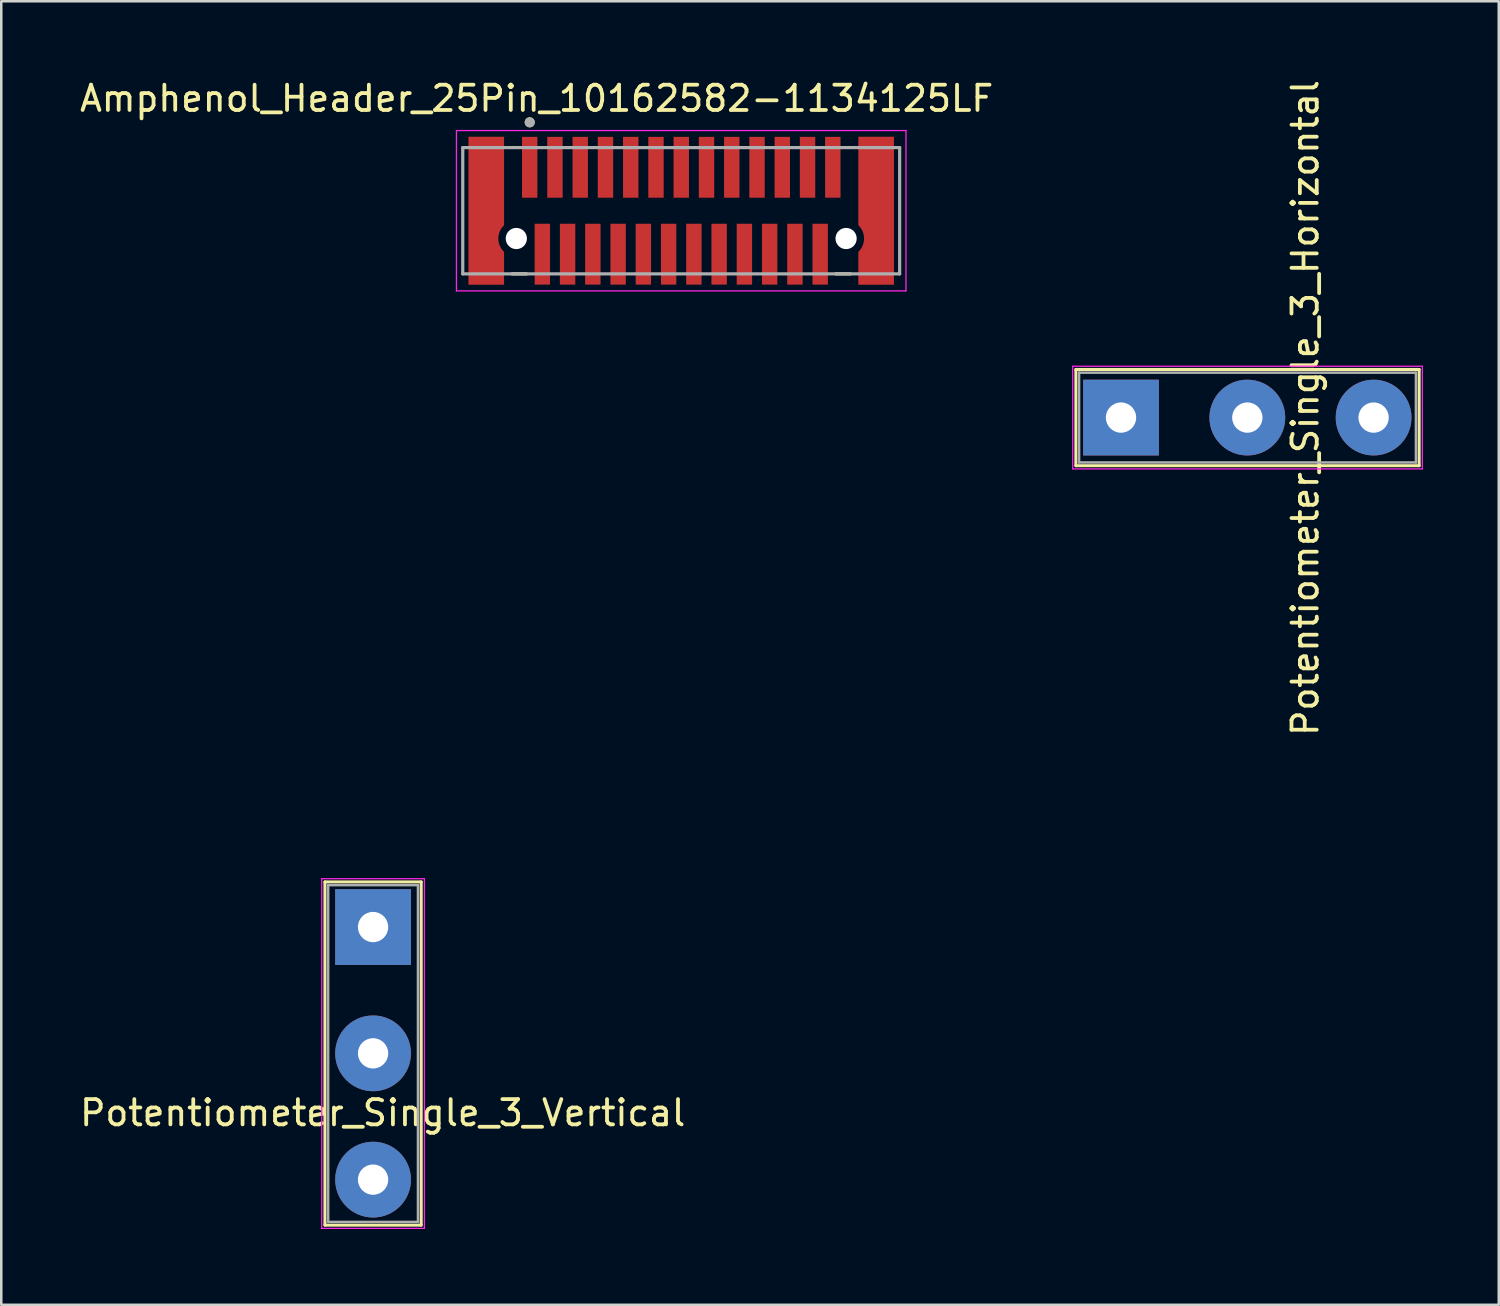
<source format=kicad_pcb>
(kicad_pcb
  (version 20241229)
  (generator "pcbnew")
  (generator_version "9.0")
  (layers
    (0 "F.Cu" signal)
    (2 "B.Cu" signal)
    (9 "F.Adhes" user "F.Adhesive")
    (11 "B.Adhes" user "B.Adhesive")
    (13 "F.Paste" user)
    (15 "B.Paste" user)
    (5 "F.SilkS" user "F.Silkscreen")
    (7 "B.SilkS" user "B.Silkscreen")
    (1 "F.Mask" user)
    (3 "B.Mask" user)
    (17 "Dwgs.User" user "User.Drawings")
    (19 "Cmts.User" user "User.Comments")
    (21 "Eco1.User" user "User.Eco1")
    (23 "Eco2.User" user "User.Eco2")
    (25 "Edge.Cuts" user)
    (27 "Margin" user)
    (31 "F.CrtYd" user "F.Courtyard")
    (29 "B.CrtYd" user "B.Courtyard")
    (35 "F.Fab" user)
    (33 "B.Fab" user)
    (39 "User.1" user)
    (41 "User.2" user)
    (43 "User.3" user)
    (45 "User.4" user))
  (footprint "Amphenol_Header_25Pin_10162582-1134125LF"
    (layer "F.Cu")
    (at 23.921 5.293)
    (property "Reference" "Amphenol_Header_25Pin_10162582-1134125LF" (at -5.725 -4.445 0) (layer "F.SilkS") (effects (font (size 1 1) (thickness 0.15))))
    (attr smd)
    (fp_poly (pts (xy -8.52 -3.025) (xy -8.52 3.025) (xy -6.92 3.025) (xy -6.92 1.529) (xy -6.94 1.508) (xy -6.96 1.483) (xy -6.979 1.458) (xy -6.996 1.431) (xy -7.013 1.404) (xy -7.027 1.376) (xy -7.041 1.347) (xy -7.053 1.318) (xy -7.063 1.288) (xy -7.072 1.257) (xy -7.079 1.227) (xy -7.085 1.195) (xy -7.089 1.164) (xy -7.091 1.132) (xy -7.092 1.101) (xy -7.091 1.069) (xy -7.089 1.037) (xy -7.085 1.006) (xy -7.079 0.974) (xy -7.072 0.944) (xy -7.063 0.913) (xy -7.053 0.883) (xy -7.041 0.854) (xy -7.027 0.825) (xy -7.013 0.797) (xy -6.996 0.77) (xy -6.979 0.743) (xy -6.96 0.718) (xy -6.94 0.693) (xy -6.92 0.672) (xy -6.92 -3.025) (xy -8.52 -3.025)) (stroke (width 0.01) (type solid)) (fill yes) (layer "F.Mask"))
    (fp_poly (pts (xy 6.916 1.529) (xy 6.916 3.025) (xy 8.516 3.025) (xy 8.516 -3.025) (xy 6.916 -3.025) (xy 6.916 0.672) (xy 6.936 0.693) (xy 6.956 0.718) (xy 6.975 0.743) (xy 6.992 0.77) (xy 7.009 0.797) (xy 7.023 0.825) (xy 7.037 0.854) (xy 7.049 0.883) (xy 7.059 0.913) (xy 7.068 0.944) (xy 7.075 0.974) (xy 7.081 1.006) (xy 7.085 1.037) (xy 7.087 1.069) (xy 7.088 1.101) (xy 7.087 1.132) (xy 7.085 1.164) (xy 7.081 1.195) (xy 7.075 1.227) (xy 7.068 1.257) (xy 7.059 1.288) (xy 7.049 1.318) (xy 7.037 1.347) (xy 7.023 1.376) (xy 7.009 1.404) (xy 6.992 1.431) (xy 6.975 1.458) (xy 6.956 1.483) (xy 6.936 1.508) (xy 6.916 1.529)) (stroke (width 0.01) (type solid)) (fill yes) (layer "F.Mask"))
    (fp_line (start -6.7 2.5) (end -6.125 2.5) (stroke (width 0.127) (type solid)) (layer "F.SilkS"))
    (fp_line (start 6.121 2.5) (end 6.696 2.5) (stroke (width 0.127) (type solid)) (layer "F.SilkS"))
    (fp_circle (center -6 -3.5) (end -5.9 -3.5) (stroke (width 0.2) (type solid)) (fill no) (layer "F.SilkS"))
    (fp_poly (pts (xy -8.42 -2.925) (xy -7.53 -2.925) (xy -7.53 2.925) (xy -8.42 2.925)) (stroke (width 0.01) (type solid)) (fill yes) (layer "F.Paste"))
    (fp_poly (pts (xy -6.255 -2.925) (xy -5.745 -2.925) (xy -5.745 -0.615) (xy -6.255 -0.615)) (stroke (width 0.01) (type solid)) (fill yes) (layer "F.Paste"))
    (fp_poly (pts (xy -5.755 0.615) (xy -5.245 0.615) (xy -5.245 2.925) (xy -5.755 2.925)) (stroke (width 0.01) (type solid)) (fill yes) (layer "F.Paste"))
    (fp_poly (pts (xy -5.255 -2.925) (xy -4.745 -2.925) (xy -4.745 -0.615) (xy -5.255 -0.615)) (stroke (width 0.01) (type solid)) (fill yes) (layer "F.Paste"))
    (fp_poly (pts (xy -4.755 0.615) (xy -4.245 0.615) (xy -4.245 2.925) (xy -4.755 2.925)) (stroke (width 0.01) (type solid)) (fill yes) (layer "F.Paste"))
    (fp_poly (pts (xy -4.255 -2.925) (xy -3.745 -2.925) (xy -3.745 -0.615) (xy -4.255 -0.615)) (stroke (width 0.01) (type solid)) (fill yes) (layer "F.Paste"))
    (fp_poly (pts (xy -3.755 0.615) (xy -3.245 0.615) (xy -3.245 2.925) (xy -3.755 2.925)) (stroke (width 0.01) (type solid)) (fill yes) (layer "F.Paste"))
    (fp_poly (pts (xy -3.255 -2.925) (xy -2.745 -2.925) (xy -2.745 -0.615) (xy -3.255 -0.615)) (stroke (width 0.01) (type solid)) (fill yes) (layer "F.Paste"))
    (fp_poly (pts (xy -2.755 0.615) (xy -2.245 0.615) (xy -2.245 2.925) (xy -2.755 2.925)) (stroke (width 0.01) (type solid)) (fill yes) (layer "F.Paste"))
    (fp_poly (pts (xy -2.255 -2.925) (xy -1.745 -2.925) (xy -1.745 -0.615) (xy -2.255 -0.615)) (stroke (width 0.01) (type solid)) (fill yes) (layer "F.Paste"))
    (fp_poly (pts (xy -1.755 0.615) (xy -1.245 0.615) (xy -1.245 2.925) (xy -1.755 2.925)) (stroke (width 0.01) (type solid)) (fill yes) (layer "F.Paste"))
    (fp_poly (pts (xy -1.255 -2.925) (xy -0.745 -2.925) (xy -0.745 -0.615) (xy -1.255 -0.615)) (stroke (width 0.01) (type solid)) (fill yes) (layer "F.Paste"))
    (fp_poly (pts (xy -0.755 0.615) (xy -0.245 0.615) (xy -0.245 2.925) (xy -0.755 2.925)) (stroke (width 0.01) (type solid)) (fill yes) (layer "F.Paste"))
    (fp_poly (pts (xy -0.255 -2.925) (xy 0.255 -2.925) (xy 0.255 -0.615) (xy -0.255 -0.615)) (stroke (width 0.01) (type solid)) (fill yes) (layer "F.Paste"))
    (fp_poly (pts (xy 0.245 0.615) (xy 0.755 0.615) (xy 0.755 2.925) (xy 0.245 2.925)) (stroke (width 0.01) (type solid)) (fill yes) (layer "F.Paste"))
    (fp_poly (pts (xy 0.745 -2.925) (xy 1.255 -2.925) (xy 1.255 -0.615) (xy 0.745 -0.615)) (stroke (width 0.01) (type solid)) (fill yes) (layer "F.Paste"))
    (fp_poly (pts (xy 1.245 0.615) (xy 1.755 0.615) (xy 1.755 2.925) (xy 1.245 2.925)) (stroke (width 0.01) (type solid)) (fill yes) (layer "F.Paste"))
    (fp_poly (pts (xy 1.745 -2.925) (xy 2.255 -2.925) (xy 2.255 -0.615) (xy 1.745 -0.615)) (stroke (width 0.01) (type solid)) (fill yes) (layer "F.Paste"))
    (fp_poly (pts (xy 2.245 0.615) (xy 2.755 0.615) (xy 2.755 2.925) (xy 2.245 2.925)) (stroke (width 0.01) (type solid)) (fill yes) (layer "F.Paste"))
    (fp_poly (pts (xy 2.745 -2.925) (xy 3.255 -2.925) (xy 3.255 -0.615) (xy 2.745 -0.615)) (stroke (width 0.01) (type solid)) (fill yes) (layer "F.Paste"))
    (fp_poly (pts (xy 3.245 0.615) (xy 3.755 0.615) (xy 3.755 2.925) (xy 3.245 2.925)) (stroke (width 0.01) (type solid)) (fill yes) (layer "F.Paste"))
    (fp_poly (pts (xy 3.745 -2.925) (xy 4.255 -2.925) (xy 4.255 -0.615) (xy 3.745 -0.615)) (stroke (width 0.01) (type solid)) (fill yes) (layer "F.Paste"))
    (fp_poly (pts (xy 4.245 0.615) (xy 4.755 0.615) (xy 4.755 2.925) (xy 4.245 2.925)) (stroke (width 0.01) (type solid)) (fill yes) (layer "F.Paste"))
    (fp_poly (pts (xy 4.745 -2.925) (xy 5.255 -2.925) (xy 5.255 -0.615) (xy 4.745 -0.615)) (stroke (width 0.01) (type solid)) (fill yes) (layer "F.Paste"))
    (fp_poly (pts (xy 5.245 0.615) (xy 5.755 0.615) (xy 5.755 2.925) (xy 5.245 2.925)) (stroke (width 0.01) (type solid)) (fill yes) (layer "F.Paste"))
    (fp_poly (pts (xy 5.745 -2.925) (xy 6.255 -2.925) (xy 6.255 -0.615) (xy 5.745 -0.615)) (stroke (width 0.01) (type solid)) (fill yes) (layer "F.Paste"))
    (fp_poly (pts (xy 7.526 -2.925) (xy 8.416 -2.925) (xy 8.416 2.925) (xy 7.526 2.925)) (stroke (width 0.01) (type solid)) (fill yes) (layer "F.Paste"))
    (fp_line (start -8.9 -3.175) (end -8.9 3.175) (stroke (width 0.05) (type solid)) (layer "F.CrtYd"))
    (fp_line (start -8.9 3.175) (end 8.896 3.175) (stroke (width 0.05) (type solid)) (layer "F.CrtYd"))
    (fp_line (start 8.896 -3.175) (end -8.9 -3.175) (stroke (width 0.05) (type solid)) (layer "F.CrtYd"))
    (fp_line (start 8.896 3.175) (end 8.896 -3.175) (stroke (width 0.05) (type solid)) (layer "F.CrtYd"))
    (fp_line (start -8.65 -2.5) (end 8.646 -2.5) (stroke (width 0.127) (type solid)) (layer "F.Fab"))
    (fp_line (start -8.65 2.5) (end -8.65 -2.5) (stroke (width 0.127) (type solid)) (layer "F.Fab"))
    (fp_line (start 8.646 -2.5) (end 8.646 2.5) (stroke (width 0.127) (type solid)) (layer "F.Fab"))
    (fp_line (start 8.646 2.5) (end -8.65 2.5) (stroke (width 0.127) (type solid)) (layer "F.Fab"))
    (fp_circle (center -6 -3.5) (end -5.9 -3.5) (stroke (width 0.2) (type solid)) (fill no) (layer "F.Fab"))
    (pad "" np_thru_hole circle (at -6.53 1.1) (size 0.84 0.84) (drill 0.84) (layers "*.Cu" "*.Mask"))
    (pad "" np_thru_hole circle (at 6.526 1.1) (size 0.84 0.84) (drill 0.84) (layers "*.Cu" "*.Mask"))
    (pad "1" smd rect (at -6 -1.72) (size 0.61 2.41) (layers "F.Cu" "F.Mask"))
    (pad "2" smd rect (at -5 -1.72) (size 0.61 2.41) (layers "F.Cu" "F.Mask"))
    (pad "3" smd rect (at -4 -1.72) (size 0.61 2.41) (layers "F.Cu" "F.Mask"))
    (pad "4" smd rect (at -3 -1.72) (size 0.61 2.41) (layers "F.Cu" "F.Mask"))
    (pad "5" smd rect (at -2 -1.72) (size 0.61 2.41) (layers "F.Cu" "F.Mask"))
    (pad "6" smd rect (at -1 -1.72) (size 0.61 2.41) (layers "F.Cu" "F.Mask"))
    (pad "7" smd rect (at 0 -1.72) (size 0.61 2.41) (layers "F.Cu" "F.Mask"))
    (pad "8" smd rect (at 1 -1.72) (size 0.61 2.41) (layers "F.Cu" "F.Mask"))
    (pad "9" smd rect (at 2 -1.72) (size 0.61 2.41) (layers "F.Cu" "F.Mask"))
    (pad "10" smd rect (at 3 -1.72) (size 0.61 2.41) (layers "F.Cu" "F.Mask"))
    (pad "11" smd rect (at 4 -1.72) (size 0.61 2.41) (layers "F.Cu" "F.Mask"))
    (pad "12" smd rect (at 5 -1.72) (size 0.61 2.41) (layers "F.Cu" "F.Mask"))
    (pad "13" smd rect (at 6 -1.72) (size 0.61 2.41) (layers "F.Cu" "F.Mask"))
    (pad "14" smd rect (at -5.5 1.72) (size 0.61 2.41) (layers "F.Cu" "F.Mask"))
    (pad "15" smd rect (at -4.5 1.72) (size 0.61 2.41) (layers "F.Cu" "F.Mask"))
    (pad "16" smd rect (at -3.5 1.72) (size 0.61 2.41) (layers "F.Cu" "F.Mask"))
    (pad "17" smd rect (at -2.5 1.72) (size 0.61 2.41) (layers "F.Cu" "F.Mask"))
    (pad "18" smd rect (at -1.5 1.72) (size 0.61 2.41) (layers "F.Cu" "F.Mask"))
    (pad "19" smd rect (at -0.5 1.72) (size 0.61 2.41) (layers "F.Cu" "F.Mask"))
    (pad "20" smd rect (at 0.5 1.72) (size 0.61 2.41) (layers "F.Cu" "F.Mask"))
    (pad "21" smd rect (at 1.5 1.72) (size 0.61 2.41) (layers "F.Cu" "F.Mask"))
    (pad "22" smd rect (at 2.5 1.72) (size 0.61 2.41) (layers "F.Cu" "F.Mask"))
    (pad "23" smd rect (at 3.5 1.72) (size 0.61 2.41) (layers "F.Cu" "F.Mask"))
    (pad "24" smd rect (at 4.5 1.72) (size 0.61 2.41) (layers "F.Cu" "F.Mask"))
    (pad "25" smd rect (at 5.5 1.72) (size 0.61 2.41) (layers "F.Cu" "F.Mask"))
    (pad "S1" smd custom (at -7.72 0) (size 0.8 0.8) (layers "F.Cu") (options (anchor rect)) (primitives (gr_poly (pts (xy 0.7 2.925) (xy -0.7 2.925) (xy -0.7 -2.925) (xy 0.7 -2.925) (xy 0.7 0.572) (xy 0.67 0.602) (xy 0.644 0.632) (xy 0.62 0.662) (xy 0.597 0.694) (xy 0.577 0.727) (xy 0.558 0.762) (xy 0.54 0.797) (xy 0.525 0.833) (xy 0.512 0.87) (xy 0.5 0.907) (xy 0.491 0.945) (xy 0.484 0.984) (xy 0.478 1.022) (xy 0.475 1.061) (xy 0.474 1.101) (xy 0.475 1.14) (xy 0.478 1.179) (xy 0.484 1.217) (xy 0.491 1.256) (xy 0.5 1.294) (xy 0.512 1.331) (xy 0.525 1.368) (xy 0.54 1.404) (xy 0.558 1.439) (xy 0.577 1.474) (xy 0.597 1.507) (xy 0.62 1.539) (xy 0.644 1.569) (xy 0.67 1.599) (xy 0.7 1.629) (xy 0.7 2.925)) (width 0.01) (fill yes))))
    (pad "S2" smd custom (at 7.716 0) (size 0.8 0.8) (layers "F.Cu") (options (anchor rect)) (primitives (gr_poly (pts (xy 0.7 2.925) (xy -0.7 2.925) (xy -0.7 1.629) (xy -0.67 1.599) (xy -0.644 1.569) (xy -0.62 1.539) (xy -0.597 1.507) (xy -0.577 1.474) (xy -0.558 1.439) (xy -0.54 1.404) (xy -0.525 1.368) (xy -0.512 1.331) (xy -0.5 1.294) (xy -0.491 1.256) (xy -0.484 1.217) (xy -0.478 1.179) (xy -0.475 1.14) (xy -0.474 1.101) (xy -0.475 1.061) (xy -0.478 1.022) (xy -0.484 0.984) (xy -0.491 0.945) (xy -0.5 0.907) (xy -0.512 0.87) (xy -0.525 0.833) (xy -0.54 0.797) (xy -0.558 0.762) (xy -0.577 0.727) (xy -0.597 0.694) (xy -0.62 0.662) (xy -0.644 0.632) (xy -0.67 0.602) (xy -0.7 0.572) (xy -0.7 -2.925) (xy 0.7 -2.925) (xy 0.7 2.925)) (width 0.01) (fill yes)))))
  (footprint "Potentiometer_Single_3_Vertical"
    (layer "F.Cu")
    (at 11.72 29.452)
    (property "Reference" "Potentiometer_Single_3_Vertical" (at 0.381 11.557 0) (unlocked yes) (layer "F.SilkS") (effects (font (size 1 1) (thickness 0.15))))
    (attr through_hole)
    (fp_line (start -1.905 16.002) (end -1.905 2.413) (stroke (width 0.12) (type solid)) (layer "F.SilkS"))
    (fp_line (start 1.905 2.413) (end -1.905 2.413) (stroke (width 0.12) (type solid)) (layer "F.SilkS"))
    (fp_line (start 1.905 16.002) (end -1.905 16.002) (stroke (width 0.12) (type solid)) (layer "F.SilkS"))
    (fp_line (start 1.905 16.002) (end 1.905 2.413) (stroke (width 0.12) (type solid)) (layer "F.SilkS"))
    (fp_line (start -2.032 16.129) (end -2.032 2.286) (stroke (width 0.05) (type solid)) (layer "F.CrtYd"))
    (fp_line (start -2.032 16.129) (end 2.032 16.129) (stroke (width 0.05) (type solid)) (layer "F.CrtYd"))
    (fp_line (start 2.032 2.286) (end -2.032 2.286) (stroke (width 0.05) (type solid)) (layer "F.CrtYd"))
    (fp_line (start 2.032 16.129) (end 2.032 2.286) (stroke (width 0.05) (type solid)) (layer "F.CrtYd"))
    (fp_line (start -1.778 2.54) (end -1.778 15.875) (stroke (width 0.1) (type solid)) (layer "F.Fab"))
    (fp_line (start -1.778 15.875) (end 1.778 15.875) (stroke (width 0.1) (type solid)) (layer "F.Fab"))
    (fp_line (start 1.778 2.54) (end -1.778 2.54) (stroke (width 0.1) (type solid)) (layer "F.Fab"))
    (fp_line (start 1.778 15.875) (end 1.778 2.54) (stroke (width 0.1) (type solid)) (layer "F.Fab"))
    (pad "1" thru_hole rect (at 0 4.2 180) (size 3 3) (drill 1.2) (layers "*.Cu" "*.Mask"))
    (pad "2" thru_hole circle (at 0 9.2 180) (size 3 3) (drill 1.2) (layers "*.Cu" "*.Mask"))
    (pad "3" thru_hole circle (at 0 14.2 180) (size 3 3) (drill 1.2) (layers "*.Cu" "*.Mask")))
  (footprint "Potentiometer_Single_3_Horizontal"
    (layer "F.Cu")
    (at 46.339 9.672)
    (property "Reference" "Potentiometer_Single_3_Horizontal" (at 2.286 3.429 90) (unlocked yes) (layer "F.SilkS") (effects (font (size 1 1) (thickness 0.15))))
    (attr through_hole)
    (fp_line (start -6.795 1.905) (end -6.795 5.715) (stroke (width 0.12) (type solid)) (layer "F.SilkS"))
    (fp_line (start 6.795 1.905) (end -6.795 1.905) (stroke (width 0.12) (type solid)) (layer "F.SilkS"))
    (fp_line (start 6.795 1.905) (end 6.795 5.715) (stroke (width 0.12) (type solid)) (layer "F.SilkS"))
    (fp_line (start 6.795 5.715) (end -6.795 5.715) (stroke (width 0.12) (type solid)) (layer "F.SilkS"))
    (fp_line (start -6.921 1.778) (end -6.921 5.842) (stroke (width 0.05) (type solid)) (layer "F.CrtYd"))
    (fp_line (start 6.921 1.778) (end -6.921 1.778) (stroke (width 0.05) (type solid)) (layer "F.CrtYd"))
    (fp_line (start 6.921 5.842) (end -6.921 5.842) (stroke (width 0.05) (type solid)) (layer "F.CrtYd"))
    (fp_line (start 6.921 5.842) (end 6.921 1.778) (stroke (width 0.05) (type solid)) (layer "F.CrtYd"))
    (fp_line (start -6.668 2.032) (end -6.668 5.588) (stroke (width 0.1) (type solid)) (layer "F.Fab"))
    (fp_line (start -6.668 5.588) (end 6.668 5.588) (stroke (width 0.1) (type solid)) (layer "F.Fab"))
    (fp_line (start 6.668 2.032) (end -6.668 2.032) (stroke (width 0.1) (type solid)) (layer "F.Fab"))
    (fp_line (start 6.668 5.588) (end 6.668 2.032) (stroke (width 0.1) (type solid)) (layer "F.Fab"))
    (pad "1" thru_hole rect (at -5.008 3.81 270) (size 3 3) (drill 1.2) (layers "*.Cu" "*.Mask"))
    (pad "2" thru_hole circle (at -0.007 3.81 270) (size 3 3) (drill 1.2) (layers "*.Cu" "*.Mask"))
    (pad "3" thru_hole circle (at 4.992 3.81 270) (size 3 3) (drill 1.2) (layers "*.Cu" "*.Mask")))
  (gr_rect
    (start -3 -3)
    (end 56.286 48.606)
    (stroke (width 0.1) (type default))
    (fill no)
    (layer "Edge.Cuts")))
</source>
